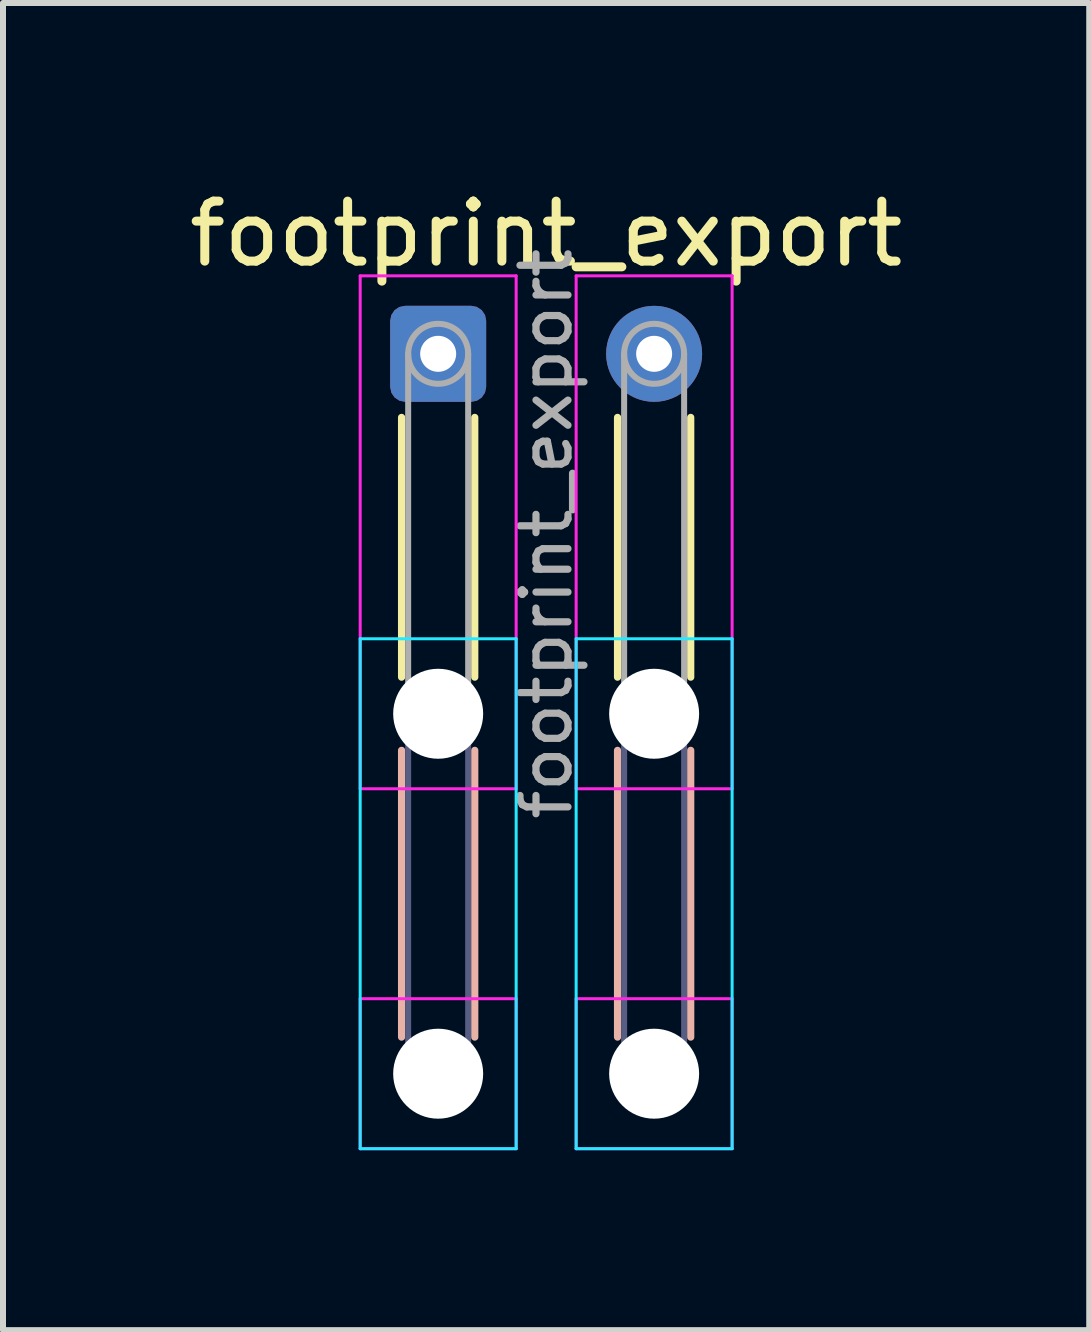
<source format=kicad_pcb>
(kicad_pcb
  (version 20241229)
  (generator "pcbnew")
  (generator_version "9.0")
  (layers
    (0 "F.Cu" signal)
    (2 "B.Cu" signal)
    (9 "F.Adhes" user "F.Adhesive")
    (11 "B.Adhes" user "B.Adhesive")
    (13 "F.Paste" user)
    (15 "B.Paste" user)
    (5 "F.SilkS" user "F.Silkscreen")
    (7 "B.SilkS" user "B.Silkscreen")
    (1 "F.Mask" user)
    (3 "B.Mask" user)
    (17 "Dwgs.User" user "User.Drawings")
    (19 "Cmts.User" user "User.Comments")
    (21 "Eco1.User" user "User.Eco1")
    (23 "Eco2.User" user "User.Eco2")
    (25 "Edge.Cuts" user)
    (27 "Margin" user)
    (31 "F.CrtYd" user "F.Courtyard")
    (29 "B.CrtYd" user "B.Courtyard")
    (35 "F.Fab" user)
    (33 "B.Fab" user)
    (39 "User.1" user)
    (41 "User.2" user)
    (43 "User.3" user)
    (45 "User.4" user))
  (footprint "footprint_export"
    (layer "F.Cu")
    (at 4.254 2.848)
    (property "Reference" "footprint_export" (at 1.8 -2 0) (layer "F.SilkS") (effects (font (size 1 1) (thickness 0.15))))
    (attr exclude_from_pos_files exclude_from_bom)
    (fp_line (start -0.61 1.06) (end -0.61 5.39) (stroke (width 0.12) (type solid)) (layer "F.SilkS"))
    (fp_line (start 0.61 1.06) (end 0.61 5.39) (stroke (width 0.12) (type solid)) (layer "F.SilkS"))
    (fp_line (start 2.99 1.06) (end 2.99 5.39) (stroke (width 0.12) (type solid)) (layer "F.SilkS"))
    (fp_line (start 4.21 1.06) (end 4.21 5.39) (stroke (width 0.12) (type solid)) (layer "F.SilkS"))
    (fp_line (start -0.61 6.61) (end -0.61 11.39) (stroke (width 0.12) (type solid)) (layer "B.SilkS"))
    (fp_line (start 0.61 6.61) (end 0.61 11.39) (stroke (width 0.12) (type solid)) (layer "B.SilkS"))
    (fp_line (start 2.99 6.61) (end 2.99 11.39) (stroke (width 0.12) (type solid)) (layer "B.SilkS"))
    (fp_line (start 4.21 6.61) (end 4.21 11.39) (stroke (width 0.12) (type solid)) (layer "B.SilkS"))
    (fp_line (start -1.3 4.75) (end -1.3 13.25) (stroke (width 0.05) (type solid)) (layer "B.CrtYd"))
    (fp_line (start -1.3 13.25) (end 1.3 13.25) (stroke (width 0.05) (type solid)) (layer "B.CrtYd"))
    (fp_line (start 1.3 4.75) (end -1.3 4.75) (stroke (width 0.05) (type solid)) (layer "B.CrtYd"))
    (fp_line (start 1.3 13.25) (end 1.3 4.75) (stroke (width 0.05) (type solid)) (layer "B.CrtYd"))
    (fp_line (start 2.3 4.75) (end 2.3 13.25) (stroke (width 0.05) (type solid)) (layer "B.CrtYd"))
    (fp_line (start 2.3 13.25) (end 4.9 13.25) (stroke (width 0.05) (type solid)) (layer "B.CrtYd"))
    (fp_line (start 4.9 4.75) (end 2.3 4.75) (stroke (width 0.05) (type solid)) (layer "B.CrtYd"))
    (fp_line (start 4.9 13.25) (end 4.9 4.75) (stroke (width 0.05) (type solid)) (layer "B.CrtYd"))
    (fp_line (start -1.3 -1.3) (end -1.3 7.25) (stroke (width 0.05) (type solid)) (layer "F.CrtYd"))
    (fp_line (start -1.3 7.25) (end 1.3 7.25) (stroke (width 0.05) (type solid)) (layer "F.CrtYd"))
    (fp_line (start -1.3 10.75) (end -1.3 13.25) (stroke (width 0.05) (type solid)) (layer "F.CrtYd"))
    (fp_line (start -1.3 13.25) (end 1.3 13.25) (stroke (width 0.05) (type solid)) (layer "F.CrtYd"))
    (fp_line (start 1.3 -1.3) (end -1.3 -1.3) (stroke (width 0.05) (type solid)) (layer "F.CrtYd"))
    (fp_line (start 1.3 7.25) (end 1.3 -1.3) (stroke (width 0.05) (type solid)) (layer "F.CrtYd"))
    (fp_line (start 1.3 10.75) (end -1.3 10.75) (stroke (width 0.05) (type solid)) (layer "F.CrtYd"))
    (fp_line (start 1.3 13.25) (end 1.3 10.75) (stroke (width 0.05) (type solid)) (layer "F.CrtYd"))
    (fp_line (start 2.3 -1.3) (end 2.3 7.25) (stroke (width 0.05) (type solid)) (layer "F.CrtYd"))
    (fp_line (start 2.3 7.25) (end 4.9 7.25) (stroke (width 0.05) (type solid)) (layer "F.CrtYd"))
    (fp_line (start 2.3 10.75) (end 2.3 13.25) (stroke (width 0.05) (type solid)) (layer "F.CrtYd"))
    (fp_line (start 2.3 13.25) (end 4.9 13.25) (stroke (width 0.05) (type solid)) (layer "F.CrtYd"))
    (fp_line (start 4.9 -1.3) (end 2.3 -1.3) (stroke (width 0.05) (type solid)) (layer "F.CrtYd"))
    (fp_line (start 4.9 7.25) (end 4.9 -1.3) (stroke (width 0.05) (type solid)) (layer "F.CrtYd"))
    (fp_line (start 4.9 10.75) (end 2.3 10.75) (stroke (width 0.05) (type solid)) (layer "F.CrtYd"))
    (fp_line (start 4.9 13.25) (end 4.9 10.75) (stroke (width 0.05) (type solid)) (layer "F.CrtYd"))
    (fp_line (start -0.5 6) (end -0.5 12) (stroke (width 0.1) (type solid)) (layer "B.Fab"))
    (fp_line (start 0.5 6) (end 0.5 12) (stroke (width 0.1) (type solid)) (layer "B.Fab"))
    (fp_line (start 3.1 6) (end 3.1 12) (stroke (width 0.1) (type solid)) (layer "B.Fab"))
    (fp_line (start 4.1 6) (end 4.1 12) (stroke (width 0.1) (type solid)) (layer "B.Fab"))
    (fp_circle (center 0 6) (end 0.5 6) (stroke (width 0.1) (type solid)) (fill no) (layer "B.Fab"))
    (fp_circle (center 0 12) (end 0.5 12) (stroke (width 0.1) (type solid)) (fill no) (layer "B.Fab"))
    (fp_circle (center 3.6 6) (end 4.1 6) (stroke (width 0.1) (type solid)) (fill no) (layer "B.Fab"))
    (fp_circle (center 3.6 12) (end 4.1 12) (stroke (width 0.1) (type solid)) (fill no) (layer "B.Fab"))
    (fp_line (start -0.5 0) (end -0.5 6) (stroke (width 0.1) (type solid)) (layer "F.Fab"))
    (fp_line (start 0.5 0) (end 0.5 6) (stroke (width 0.1) (type solid)) (layer "F.Fab"))
    (fp_line (start 3.1 0) (end 3.1 6) (stroke (width 0.1) (type solid)) (layer "F.Fab"))
    (fp_line (start 4.1 0) (end 4.1 6) (stroke (width 0.1) (type solid)) (layer "F.Fab"))
    (fp_circle (center 0 0) (end 0.5 0) (stroke (width 0.1) (type solid)) (fill no) (layer "F.Fab"))
    (fp_circle (center 0 6) (end 0.5 6) (stroke (width 0.1) (type solid)) (fill no) (layer "F.Fab"))
    (fp_circle (center 0 12) (end 0.5 12) (stroke (width 0.1) (type solid)) (fill no) (layer "F.Fab"))
    (fp_circle (center 3.6 0) (end 4.1 0) (stroke (width 0.1) (type solid)) (fill no) (layer "F.Fab"))
    (fp_circle (center 3.6 6) (end 4.1 6) (stroke (width 0.1) (type solid)) (fill no) (layer "F.Fab"))
    (fp_circle (center 3.6 12) (end 4.1 12) (stroke (width 0.1) (type solid)) (fill no) (layer "F.Fab"))
    (fp_text user "${REFERENCE}" (at 1.8 3 90) (layer "F.Fab") (effects (font (size 0.8 0.8) (thickness 0.12))))
    (pad "" np_thru_hole circle (at 0 6) (size 1.5 1.5) (drill 1.5) (layers "*.Cu" "*.Mask"))
    (pad "" np_thru_hole circle (at 0 12) (size 1.5 1.5) (drill 1.5) (layers "*.Cu" "*.Mask"))
    (pad "" np_thru_hole circle (at 3.6 6) (size 1.5 1.5) (drill 1.5) (layers "*.Cu" "*.Mask"))
    (pad "" np_thru_hole circle (at 3.6 12) (size 1.5 1.5) (drill 1.5) (layers "*.Cu" "*.Mask"))
    (pad "1" thru_hole roundrect (at 0 0) (size 1.6 1.6) (drill 0.6) (layers "*.Cu" "*.Mask") (roundrect_rratio 0.156))
    (pad "2" thru_hole circle (at 3.6 0) (size 1.6 1.6) (drill 0.6) (layers "*.Cu" "*.Mask")))
  (gr_rect
    (start -3 -3)
    (end 15.107 19.123)
    (stroke (width 0.1) (type default))
    (fill no)
    (layer "Edge.Cuts")))
</source>
